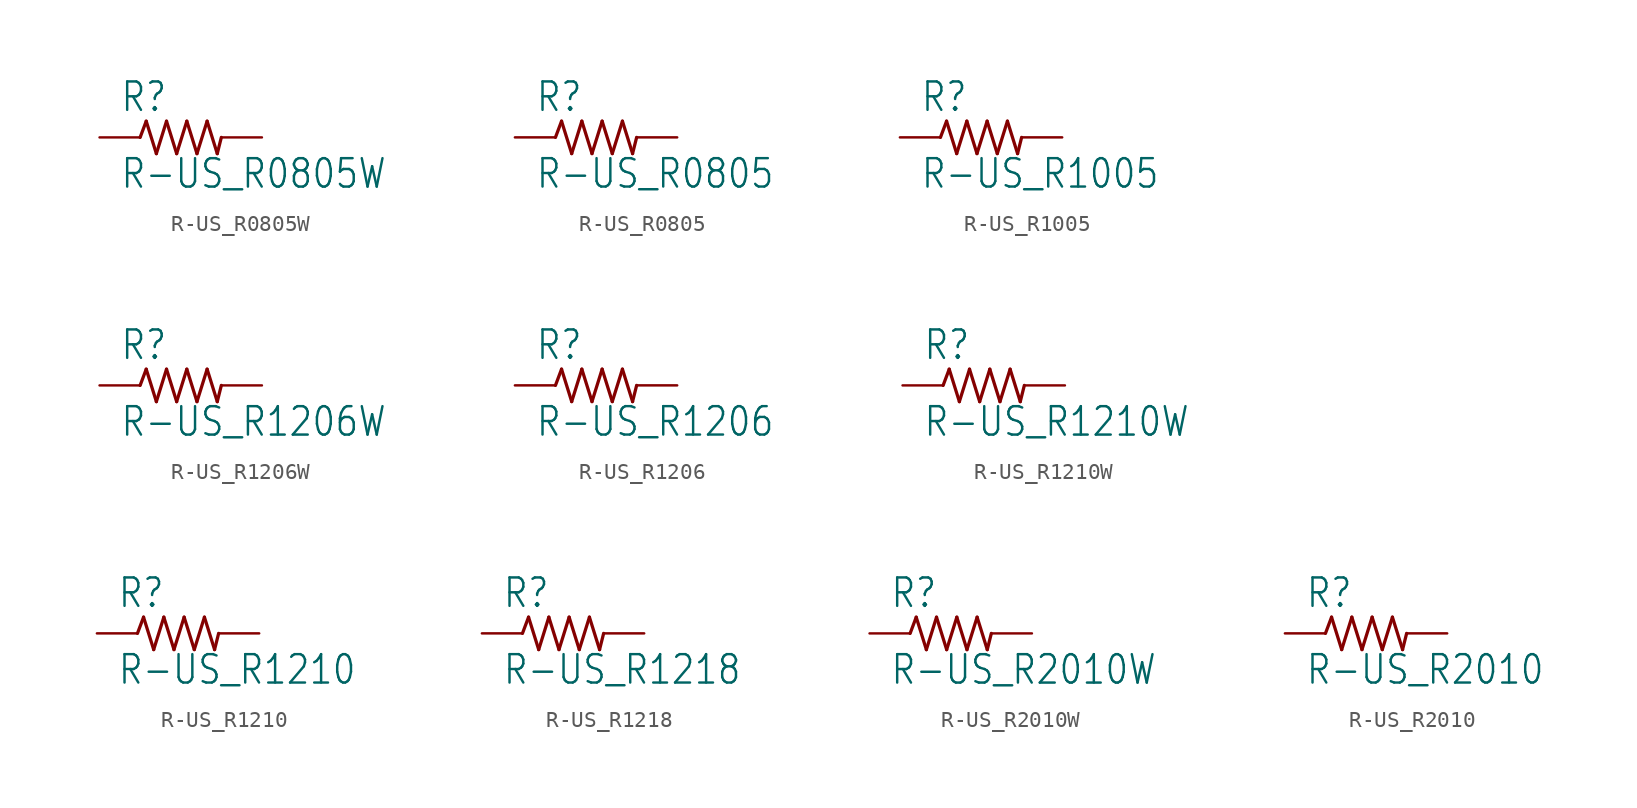
<source format=kicad_sym>
(kicad_symbol_lib
  (version 20220331)
  (generator kicad_symbol_editor)
  (symbol "R-US_R0805W"
    (property "Reference" "R"
      (at -3.81 1.499 0)
      (effects (font (size 1.778 1.511)) (justify left bottom)))
    (property "Value" "R-US_R0805W"
      (at -3.81 -3.302 0)
      (effects (font (size 1.778 1.511)) (justify left bottom)))
    (property "ki_locked" ""
      (at 0 0 0)
      (effects (font (size 1.27 1.27))))
    (symbol "R-US_R0805W_1_0"
      (polyline (pts (xy -2.54 0) (xy -2.159 1.016)) (stroke (width 0.203) (type solid)) (fill (type none)))
      (polyline (pts (xy -2.159 1.016) (xy -1.524 -1.016)) (stroke (width 0.203) (type solid)) (fill (type none)))
      (polyline (pts (xy -1.524 -1.016) (xy -0.889 1.016)) (stroke (width 0.203) (type solid)) (fill (type none)))
      (polyline (pts (xy -0.889 1.016) (xy -0.254 -1.016)) (stroke (width 0.203) (type solid)) (fill (type none)))
      (polyline (pts (xy -0.254 -1.016) (xy 0.381 1.016)) (stroke (width 0.203) (type solid)) (fill (type none)))
      (polyline (pts (xy 0.381 1.016) (xy 1.016 -1.016)) (stroke (width 0.203) (type solid)) (fill (type none)))
      (polyline (pts (xy 1.016 -1.016) (xy 1.651 1.016)) (stroke (width 0.203) (type solid)) (fill (type none)))
      (polyline (pts (xy 1.651 1.016) (xy 2.286 -1.016)) (stroke (width 0.203) (type solid)) (fill (type none)))
      (polyline (pts (xy 2.286 -1.016) (xy 2.54 0)) (stroke (width 0.203) (type solid)) (fill (type none)))
      (pin passive line (at -5.08 0 0) (length 2.54) (name "1" (effects (font (size 0 0)))) (number "1" (effects (font (size 0 0)))))
      (pin passive line (at 5.08 0 180) (length 2.54) (name "2" (effects (font (size 0 0)))) (number "2" (effects (font (size 0 0)))))))
  (symbol "R-US_R0805"
    (property "Reference" "R"
      (at -3.81 1.499 0)
      (effects (font (size 1.778 1.511)) (justify left bottom)))
    (property "Value" "R-US_R0805"
      (at -3.81 -3.302 0)
      (effects (font (size 1.778 1.511)) (justify left bottom)))
    (property "ki_locked" ""
      (at 0 0 0)
      (effects (font (size 1.27 1.27))))
    (symbol "R-US_R0805_1_0"
      (polyline (pts (xy -2.54 0) (xy -2.159 1.016)) (stroke (width 0.203) (type solid)) (fill (type none)))
      (polyline (pts (xy -2.159 1.016) (xy -1.524 -1.016)) (stroke (width 0.203) (type solid)) (fill (type none)))
      (polyline (pts (xy -1.524 -1.016) (xy -0.889 1.016)) (stroke (width 0.203) (type solid)) (fill (type none)))
      (polyline (pts (xy -0.889 1.016) (xy -0.254 -1.016)) (stroke (width 0.203) (type solid)) (fill (type none)))
      (polyline (pts (xy -0.254 -1.016) (xy 0.381 1.016)) (stroke (width 0.203) (type solid)) (fill (type none)))
      (polyline (pts (xy 0.381 1.016) (xy 1.016 -1.016)) (stroke (width 0.203) (type solid)) (fill (type none)))
      (polyline (pts (xy 1.016 -1.016) (xy 1.651 1.016)) (stroke (width 0.203) (type solid)) (fill (type none)))
      (polyline (pts (xy 1.651 1.016) (xy 2.286 -1.016)) (stroke (width 0.203) (type solid)) (fill (type none)))
      (polyline (pts (xy 2.286 -1.016) (xy 2.54 0)) (stroke (width 0.203) (type solid)) (fill (type none)))
      (pin passive line (at -5.08 0 0) (length 2.54) (name "1" (effects (font (size 0 0)))) (number "1" (effects (font (size 0 0)))))
      (pin passive line (at 5.08 0 180) (length 2.54) (name "2" (effects (font (size 0 0)))) (number "2" (effects (font (size 0 0)))))))
  (symbol "R-US_R1005"
    (property "Reference" "R"
      (at -3.81 1.499 0)
      (effects (font (size 1.778 1.511)) (justify left bottom)))
    (property "Value" "R-US_R1005"
      (at -3.81 -3.302 0)
      (effects (font (size 1.778 1.511)) (justify left bottom)))
    (property "ki_locked" ""
      (at 0 0 0)
      (effects (font (size 1.27 1.27))))
    (symbol "R-US_R1005_1_0"
      (polyline (pts (xy -2.54 0) (xy -2.159 1.016)) (stroke (width 0.203) (type solid)) (fill (type none)))
      (polyline (pts (xy -2.159 1.016) (xy -1.524 -1.016)) (stroke (width 0.203) (type solid)) (fill (type none)))
      (polyline (pts (xy -1.524 -1.016) (xy -0.889 1.016)) (stroke (width 0.203) (type solid)) (fill (type none)))
      (polyline (pts (xy -0.889 1.016) (xy -0.254 -1.016)) (stroke (width 0.203) (type solid)) (fill (type none)))
      (polyline (pts (xy -0.254 -1.016) (xy 0.381 1.016)) (stroke (width 0.203) (type solid)) (fill (type none)))
      (polyline (pts (xy 0.381 1.016) (xy 1.016 -1.016)) (stroke (width 0.203) (type solid)) (fill (type none)))
      (polyline (pts (xy 1.016 -1.016) (xy 1.651 1.016)) (stroke (width 0.203) (type solid)) (fill (type none)))
      (polyline (pts (xy 1.651 1.016) (xy 2.286 -1.016)) (stroke (width 0.203) (type solid)) (fill (type none)))
      (polyline (pts (xy 2.286 -1.016) (xy 2.54 0)) (stroke (width 0.203) (type solid)) (fill (type none)))
      (pin passive line (at -5.08 0 0) (length 2.54) (name "1" (effects (font (size 0 0)))) (number "1" (effects (font (size 0 0)))))
      (pin passive line (at 5.08 0 180) (length 2.54) (name "2" (effects (font (size 0 0)))) (number "2" (effects (font (size 0 0)))))))
  (symbol "R-US_R1206W"
    (property "Reference" "R"
      (at -3.81 1.499 0)
      (effects (font (size 1.778 1.511)) (justify left bottom)))
    (property "Value" "R-US_R1206W"
      (at -3.81 -3.302 0)
      (effects (font (size 1.778 1.511)) (justify left bottom)))
    (property "ki_locked" ""
      (at 0 0 0)
      (effects (font (size 1.27 1.27))))
    (symbol "R-US_R1206W_1_0"
      (polyline (pts (xy -2.54 0) (xy -2.159 1.016)) (stroke (width 0.203) (type solid)) (fill (type none)))
      (polyline (pts (xy -2.159 1.016) (xy -1.524 -1.016)) (stroke (width 0.203) (type solid)) (fill (type none)))
      (polyline (pts (xy -1.524 -1.016) (xy -0.889 1.016)) (stroke (width 0.203) (type solid)) (fill (type none)))
      (polyline (pts (xy -0.889 1.016) (xy -0.254 -1.016)) (stroke (width 0.203) (type solid)) (fill (type none)))
      (polyline (pts (xy -0.254 -1.016) (xy 0.381 1.016)) (stroke (width 0.203) (type solid)) (fill (type none)))
      (polyline (pts (xy 0.381 1.016) (xy 1.016 -1.016)) (stroke (width 0.203) (type solid)) (fill (type none)))
      (polyline (pts (xy 1.016 -1.016) (xy 1.651 1.016)) (stroke (width 0.203) (type solid)) (fill (type none)))
      (polyline (pts (xy 1.651 1.016) (xy 2.286 -1.016)) (stroke (width 0.203) (type solid)) (fill (type none)))
      (polyline (pts (xy 2.286 -1.016) (xy 2.54 0)) (stroke (width 0.203) (type solid)) (fill (type none)))
      (pin passive line (at -5.08 0 0) (length 2.54) (name "1" (effects (font (size 0 0)))) (number "1" (effects (font (size 0 0)))))
      (pin passive line (at 5.08 0 180) (length 2.54) (name "2" (effects (font (size 0 0)))) (number "2" (effects (font (size 0 0)))))))
  (symbol "R-US_R1206"
    (property "Reference" "R"
      (at -3.81 1.499 0)
      (effects (font (size 1.778 1.511)) (justify left bottom)))
    (property "Value" "R-US_R1206"
      (at -3.81 -3.302 0)
      (effects (font (size 1.778 1.511)) (justify left bottom)))
    (property "ki_locked" ""
      (at 0 0 0)
      (effects (font (size 1.27 1.27))))
    (symbol "R-US_R1206_1_0"
      (polyline (pts (xy -2.54 0) (xy -2.159 1.016)) (stroke (width 0.203) (type solid)) (fill (type none)))
      (polyline (pts (xy -2.159 1.016) (xy -1.524 -1.016)) (stroke (width 0.203) (type solid)) (fill (type none)))
      (polyline (pts (xy -1.524 -1.016) (xy -0.889 1.016)) (stroke (width 0.203) (type solid)) (fill (type none)))
      (polyline (pts (xy -0.889 1.016) (xy -0.254 -1.016)) (stroke (width 0.203) (type solid)) (fill (type none)))
      (polyline (pts (xy -0.254 -1.016) (xy 0.381 1.016)) (stroke (width 0.203) (type solid)) (fill (type none)))
      (polyline (pts (xy 0.381 1.016) (xy 1.016 -1.016)) (stroke (width 0.203) (type solid)) (fill (type none)))
      (polyline (pts (xy 1.016 -1.016) (xy 1.651 1.016)) (stroke (width 0.203) (type solid)) (fill (type none)))
      (polyline (pts (xy 1.651 1.016) (xy 2.286 -1.016)) (stroke (width 0.203) (type solid)) (fill (type none)))
      (polyline (pts (xy 2.286 -1.016) (xy 2.54 0)) (stroke (width 0.203) (type solid)) (fill (type none)))
      (pin passive line (at -5.08 0 0) (length 2.54) (name "1" (effects (font (size 0 0)))) (number "1" (effects (font (size 0 0)))))
      (pin passive line (at 5.08 0 180) (length 2.54) (name "2" (effects (font (size 0 0)))) (number "2" (effects (font (size 0 0)))))))
  (symbol "R-US_R1210W"
    (property "Reference" "R"
      (at -3.81 1.499 0)
      (effects (font (size 1.778 1.511)) (justify left bottom)))
    (property "Value" "R-US_R1210W"
      (at -3.81 -3.302 0)
      (effects (font (size 1.778 1.511)) (justify left bottom)))
    (property "ki_locked" ""
      (at 0 0 0)
      (effects (font (size 1.27 1.27))))
    (symbol "R-US_R1210W_1_0"
      (polyline (pts (xy -2.54 0) (xy -2.159 1.016)) (stroke (width 0.203) (type solid)) (fill (type none)))
      (polyline (pts (xy -2.159 1.016) (xy -1.524 -1.016)) (stroke (width 0.203) (type solid)) (fill (type none)))
      (polyline (pts (xy -1.524 -1.016) (xy -0.889 1.016)) (stroke (width 0.203) (type solid)) (fill (type none)))
      (polyline (pts (xy -0.889 1.016) (xy -0.254 -1.016)) (stroke (width 0.203) (type solid)) (fill (type none)))
      (polyline (pts (xy -0.254 -1.016) (xy 0.381 1.016)) (stroke (width 0.203) (type solid)) (fill (type none)))
      (polyline (pts (xy 0.381 1.016) (xy 1.016 -1.016)) (stroke (width 0.203) (type solid)) (fill (type none)))
      (polyline (pts (xy 1.016 -1.016) (xy 1.651 1.016)) (stroke (width 0.203) (type solid)) (fill (type none)))
      (polyline (pts (xy 1.651 1.016) (xy 2.286 -1.016)) (stroke (width 0.203) (type solid)) (fill (type none)))
      (polyline (pts (xy 2.286 -1.016) (xy 2.54 0)) (stroke (width 0.203) (type solid)) (fill (type none)))
      (pin passive line (at -5.08 0 0) (length 2.54) (name "1" (effects (font (size 0 0)))) (number "1" (effects (font (size 0 0)))))
      (pin passive line (at 5.08 0 180) (length 2.54) (name "2" (effects (font (size 0 0)))) (number "2" (effects (font (size 0 0)))))))
  (symbol "R-US_R1210"
    (property "Reference" "R"
      (at -3.81 1.499 0)
      (effects (font (size 1.778 1.511)) (justify left bottom)))
    (property "Value" "R-US_R1210"
      (at -3.81 -3.302 0)
      (effects (font (size 1.778 1.511)) (justify left bottom)))
    (property "ki_locked" ""
      (at 0 0 0)
      (effects (font (size 1.27 1.27))))
    (symbol "R-US_R1210_1_0"
      (polyline (pts (xy -2.54 0) (xy -2.159 1.016)) (stroke (width 0.203) (type solid)) (fill (type none)))
      (polyline (pts (xy -2.159 1.016) (xy -1.524 -1.016)) (stroke (width 0.203) (type solid)) (fill (type none)))
      (polyline (pts (xy -1.524 -1.016) (xy -0.889 1.016)) (stroke (width 0.203) (type solid)) (fill (type none)))
      (polyline (pts (xy -0.889 1.016) (xy -0.254 -1.016)) (stroke (width 0.203) (type solid)) (fill (type none)))
      (polyline (pts (xy -0.254 -1.016) (xy 0.381 1.016)) (stroke (width 0.203) (type solid)) (fill (type none)))
      (polyline (pts (xy 0.381 1.016) (xy 1.016 -1.016)) (stroke (width 0.203) (type solid)) (fill (type none)))
      (polyline (pts (xy 1.016 -1.016) (xy 1.651 1.016)) (stroke (width 0.203) (type solid)) (fill (type none)))
      (polyline (pts (xy 1.651 1.016) (xy 2.286 -1.016)) (stroke (width 0.203) (type solid)) (fill (type none)))
      (polyline (pts (xy 2.286 -1.016) (xy 2.54 0)) (stroke (width 0.203) (type solid)) (fill (type none)))
      (pin passive line (at -5.08 0 0) (length 2.54) (name "1" (effects (font (size 0 0)))) (number "1" (effects (font (size 0 0)))))
      (pin passive line (at 5.08 0 180) (length 2.54) (name "2" (effects (font (size 0 0)))) (number "2" (effects (font (size 0 0)))))))
  (symbol "R-US_R1218"
    (property "Reference" "R"
      (at -3.81 1.499 0)
      (effects (font (size 1.778 1.511)) (justify left bottom)))
    (property "Value" "R-US_R1218"
      (at -3.81 -3.302 0)
      (effects (font (size 1.778 1.511)) (justify left bottom)))
    (property "ki_locked" ""
      (at 0 0 0)
      (effects (font (size 1.27 1.27))))
    (symbol "R-US_R1218_1_0"
      (polyline (pts (xy -2.54 0) (xy -2.159 1.016)) (stroke (width 0.203) (type solid)) (fill (type none)))
      (polyline (pts (xy -2.159 1.016) (xy -1.524 -1.016)) (stroke (width 0.203) (type solid)) (fill (type none)))
      (polyline (pts (xy -1.524 -1.016) (xy -0.889 1.016)) (stroke (width 0.203) (type solid)) (fill (type none)))
      (polyline (pts (xy -0.889 1.016) (xy -0.254 -1.016)) (stroke (width 0.203) (type solid)) (fill (type none)))
      (polyline (pts (xy -0.254 -1.016) (xy 0.381 1.016)) (stroke (width 0.203) (type solid)) (fill (type none)))
      (polyline (pts (xy 0.381 1.016) (xy 1.016 -1.016)) (stroke (width 0.203) (type solid)) (fill (type none)))
      (polyline (pts (xy 1.016 -1.016) (xy 1.651 1.016)) (stroke (width 0.203) (type solid)) (fill (type none)))
      (polyline (pts (xy 1.651 1.016) (xy 2.286 -1.016)) (stroke (width 0.203) (type solid)) (fill (type none)))
      (polyline (pts (xy 2.286 -1.016) (xy 2.54 0)) (stroke (width 0.203) (type solid)) (fill (type none)))
      (pin passive line (at -5.08 0 0) (length 2.54) (name "1" (effects (font (size 0 0)))) (number "1" (effects (font (size 0 0)))))
      (pin passive line (at 5.08 0 180) (length 2.54) (name "2" (effects (font (size 0 0)))) (number "2" (effects (font (size 0 0)))))))
  (symbol "R-US_R2010W"
    (property "Reference" "R"
      (at -3.81 1.499 0)
      (effects (font (size 1.778 1.511)) (justify left bottom)))
    (property "Value" "R-US_R2010W"
      (at -3.81 -3.302 0)
      (effects (font (size 1.778 1.511)) (justify left bottom)))
    (property "ki_locked" ""
      (at 0 0 0)
      (effects (font (size 1.27 1.27))))
    (symbol "R-US_R2010W_1_0"
      (polyline (pts (xy -2.54 0) (xy -2.159 1.016)) (stroke (width 0.203) (type solid)) (fill (type none)))
      (polyline (pts (xy -2.159 1.016) (xy -1.524 -1.016)) (stroke (width 0.203) (type solid)) (fill (type none)))
      (polyline (pts (xy -1.524 -1.016) (xy -0.889 1.016)) (stroke (width 0.203) (type solid)) (fill (type none)))
      (polyline (pts (xy -0.889 1.016) (xy -0.254 -1.016)) (stroke (width 0.203) (type solid)) (fill (type none)))
      (polyline (pts (xy -0.254 -1.016) (xy 0.381 1.016)) (stroke (width 0.203) (type solid)) (fill (type none)))
      (polyline (pts (xy 0.381 1.016) (xy 1.016 -1.016)) (stroke (width 0.203) (type solid)) (fill (type none)))
      (polyline (pts (xy 1.016 -1.016) (xy 1.651 1.016)) (stroke (width 0.203) (type solid)) (fill (type none)))
      (polyline (pts (xy 1.651 1.016) (xy 2.286 -1.016)) (stroke (width 0.203) (type solid)) (fill (type none)))
      (polyline (pts (xy 2.286 -1.016) (xy 2.54 0)) (stroke (width 0.203) (type solid)) (fill (type none)))
      (pin passive line (at -5.08 0 0) (length 2.54) (name "1" (effects (font (size 0 0)))) (number "1" (effects (font (size 0 0)))))
      (pin passive line (at 5.08 0 180) (length 2.54) (name "2" (effects (font (size 0 0)))) (number "2" (effects (font (size 0 0)))))))
  (symbol "R-US_R2010"
    (property "Reference" "R"
      (at -3.81 1.499 0)
      (effects (font (size 1.778 1.511)) (justify left bottom)))
    (property "Value" "R-US_R2010"
      (at -3.81 -3.302 0)
      (effects (font (size 1.778 1.511)) (justify left bottom)))
    (property "ki_locked" ""
      (at 0 0 0)
      (effects (font (size 1.27 1.27))))
    (symbol "R-US_R2010_1_0"
      (polyline (pts (xy -2.54 0) (xy -2.159 1.016)) (stroke (width 0.203) (type solid)) (fill (type none)))
      (polyline (pts (xy -2.159 1.016) (xy -1.524 -1.016)) (stroke (width 0.203) (type solid)) (fill (type none)))
      (polyline (pts (xy -1.524 -1.016) (xy -0.889 1.016)) (stroke (width 0.203) (type solid)) (fill (type none)))
      (polyline (pts (xy -0.889 1.016) (xy -0.254 -1.016)) (stroke (width 0.203) (type solid)) (fill (type none)))
      (polyline (pts (xy -0.254 -1.016) (xy 0.381 1.016)) (stroke (width 0.203) (type solid)) (fill (type none)))
      (polyline (pts (xy 0.381 1.016) (xy 1.016 -1.016)) (stroke (width 0.203) (type solid)) (fill (type none)))
      (polyline (pts (xy 1.016 -1.016) (xy 1.651 1.016)) (stroke (width 0.203) (type solid)) (fill (type none)))
      (polyline (pts (xy 1.651 1.016) (xy 2.286 -1.016)) (stroke (width 0.203) (type solid)) (fill (type none)))
      (polyline (pts (xy 2.286 -1.016) (xy 2.54 0)) (stroke (width 0.203) (type solid)) (fill (type none)))
      (pin passive line (at -5.08 0 0) (length 2.54) (name "1" (effects (font (size 0 0)))) (number "1" (effects (font (size 0 0)))))
      (pin passive line (at 5.08 0 180) (length 2.54) (name "2" (effects (font (size 0 0)))) (number "2" (effects (font (size 0 0))))))))
</source>
